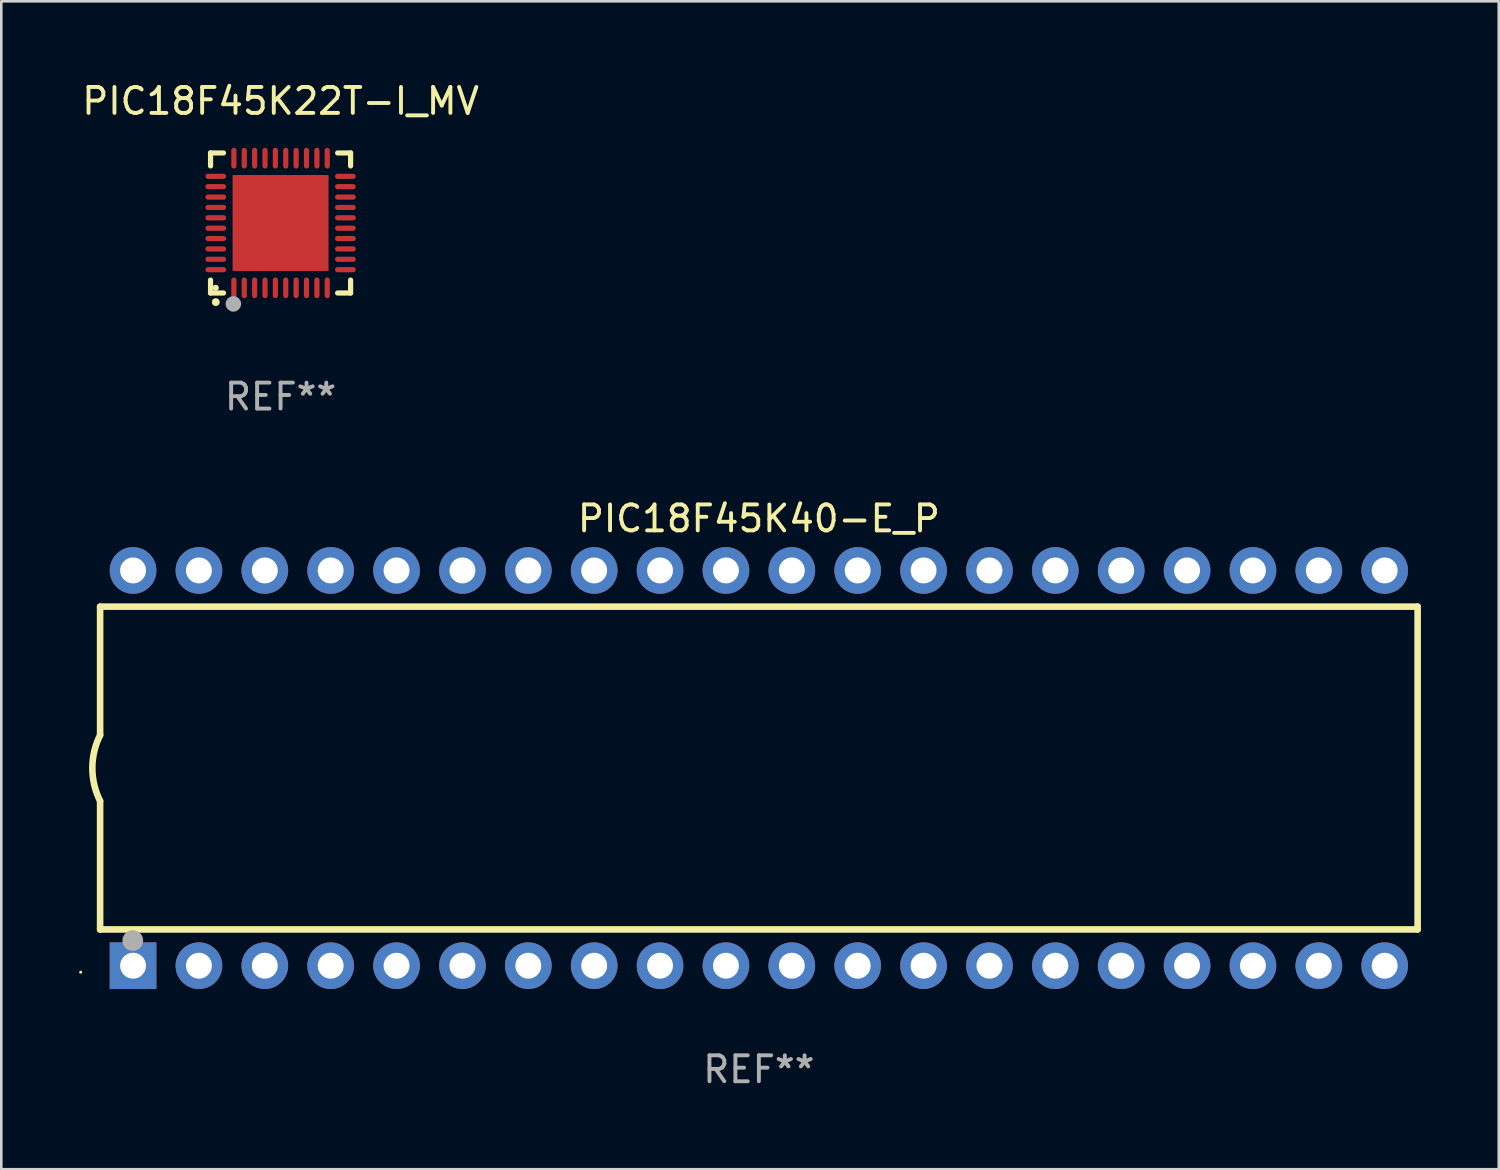
<source format=kicad_pcb>
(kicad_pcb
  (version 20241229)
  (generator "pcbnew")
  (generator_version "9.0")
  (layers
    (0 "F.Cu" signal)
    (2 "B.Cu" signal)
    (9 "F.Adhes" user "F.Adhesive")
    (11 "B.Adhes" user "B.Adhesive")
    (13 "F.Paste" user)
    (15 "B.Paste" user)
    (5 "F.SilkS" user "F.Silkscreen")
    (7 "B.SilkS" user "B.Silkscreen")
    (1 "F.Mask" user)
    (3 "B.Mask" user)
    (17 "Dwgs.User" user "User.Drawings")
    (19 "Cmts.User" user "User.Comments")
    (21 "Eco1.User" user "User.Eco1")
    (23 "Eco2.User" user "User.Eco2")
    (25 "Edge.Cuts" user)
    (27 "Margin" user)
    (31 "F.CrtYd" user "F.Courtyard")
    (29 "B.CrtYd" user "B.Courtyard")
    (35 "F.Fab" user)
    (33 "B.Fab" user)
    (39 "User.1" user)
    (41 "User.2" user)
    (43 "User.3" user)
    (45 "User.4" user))
  (footprint "PIC18F45K40-E_P"
    (layer "F.Cu")
    (at 26.21 26.565)
    (property "Reference" "PIC18F45K40-E_P" (at 0 -9.62 0) (layer "F.SilkS") (effects (font (size 1 1) (thickness 0.15))))
    (attr through_hole)
    (fp_line (start -25.4 -6.224) (end -25.4 -1.271) (stroke (width 0.254) (type solid)) (layer "F.SilkS"))
    (fp_line (start -25.4 -6.224) (end 25.4 -6.224) (stroke (width 0.254) (type solid)) (layer "F.SilkS"))
    (fp_line (start -25.4 1.269) (end -25.4 6.222) (stroke (width 0.254) (type solid)) (layer "F.SilkS"))
    (fp_line (start -25.4 6.222) (end 25.4 6.222) (stroke (width 0.254) (type solid)) (layer "F.SilkS"))
    (fp_line (start 25.4 6.222) (end 25.4 -6.224) (stroke (width 0.254) (type solid)) (layer "F.SilkS"))
    (fp_arc (start -25.4 1.269241) (mid -25.699807 -0.000762) (end -25.4 -1.270765) (stroke (width 0.254001) (type solid)) (layer "F.SilkS"))
    (fp_circle (center -26.15 7.87) (end -26.12 7.87) (stroke (width 0.06) (type solid)) (fill no) (layer "F.SilkS"))
    (fp_circle (center -24.14 6.65) (end -23.94 6.65) (stroke (width 0.4) (type solid)) (fill no) (layer "F.Fab"))
    (fp_text user "REF**" (at 0 11.62 0) (layer "F.Fab") (effects (font (size 1 1) (thickness 0.15))))
    (pad "1" thru_hole rect (at -24.13 7.62 90) (size 1.8 1.8) (drill 1) (layers "*.Cu" "*.Mask"))
    (pad "2" thru_hole circle (at -21.59 7.62) (size 1.8 1.8) (drill 1) (layers "*.Cu" "*.Mask"))
    (pad "3" thru_hole circle (at -19.05 7.62) (size 1.8 1.8) (drill 1) (layers "*.Cu" "*.Mask"))
    (pad "4" thru_hole circle (at -16.51 7.62) (size 1.8 1.8) (drill 1) (layers "*.Cu" "*.Mask"))
    (pad "5" thru_hole circle (at -13.97 7.62) (size 1.8 1.8) (drill 1) (layers "*.Cu" "*.Mask"))
    (pad "6" thru_hole circle (at -11.43 7.62) (size 1.8 1.8) (drill 1) (layers "*.Cu" "*.Mask"))
    (pad "7" thru_hole circle (at -8.89 7.62) (size 1.8 1.8) (drill 1) (layers "*.Cu" "*.Mask"))
    (pad "8" thru_hole circle (at -6.35 7.62) (size 1.8 1.8) (drill 1) (layers "*.Cu" "*.Mask"))
    (pad "9" thru_hole circle (at -3.81 7.62) (size 1.8 1.8) (drill 1) (layers "*.Cu" "*.Mask"))
    (pad "10" thru_hole circle (at -1.27 7.62) (size 1.8 1.8) (drill 1) (layers "*.Cu" "*.Mask"))
    (pad "11" thru_hole circle (at 1.27 7.62) (size 1.8 1.8) (drill 1) (layers "*.Cu" "*.Mask"))
    (pad "12" thru_hole circle (at 3.81 7.62) (size 1.8 1.8) (drill 1) (layers "*.Cu" "*.Mask"))
    (pad "13" thru_hole circle (at 6.35 7.62) (size 1.8 1.8) (drill 1) (layers "*.Cu" "*.Mask"))
    (pad "14" thru_hole circle (at 8.89 7.62) (size 1.8 1.8) (drill 1) (layers "*.Cu" "*.Mask"))
    (pad "15" thru_hole circle (at 11.43 7.62) (size 1.8 1.8) (drill 1) (layers "*.Cu" "*.Mask"))
    (pad "16" thru_hole circle (at 13.97 7.62) (size 1.8 1.8) (drill 1) (layers "*.Cu" "*.Mask"))
    (pad "17" thru_hole circle (at 16.51 7.62) (size 1.8 1.8) (drill 1) (layers "*.Cu" "*.Mask"))
    (pad "18" thru_hole circle (at 19.05 7.62) (size 1.8 1.8) (drill 1) (layers "*.Cu" "*.Mask"))
    (pad "19" thru_hole circle (at 21.59 7.62) (size 1.8 1.8) (drill 1) (layers "*.Cu" "*.Mask"))
    (pad "20" thru_hole circle (at 24.13 7.62) (size 1.8 1.8) (drill 1) (layers "*.Cu" "*.Mask"))
    (pad "21" thru_hole circle (at 24.13 -7.62) (size 1.8 1.8) (drill 1) (layers "*.Cu" "*.Mask"))
    (pad "22" thru_hole circle (at 21.59 -7.62) (size 1.8 1.8) (drill 1) (layers "*.Cu" "*.Mask"))
    (pad "23" thru_hole circle (at 19.05 -7.62) (size 1.8 1.8) (drill 1) (layers "*.Cu" "*.Mask"))
    (pad "24" thru_hole circle (at 16.51 -7.62) (size 1.8 1.8) (drill 1) (layers "*.Cu" "*.Mask"))
    (pad "25" thru_hole circle (at 13.97 -7.62) (size 1.8 1.8) (drill 1) (layers "*.Cu" "*.Mask"))
    (pad "26" thru_hole circle (at 11.43 -7.62) (size 1.8 1.8) (drill 1) (layers "*.Cu" "*.Mask"))
    (pad "27" thru_hole circle (at 8.89 -7.62) (size 1.8 1.8) (drill 1) (layers "*.Cu" "*.Mask"))
    (pad "28" thru_hole circle (at 6.35 -7.62) (size 1.8 1.8) (drill 1) (layers "*.Cu" "*.Mask"))
    (pad "29" thru_hole circle (at 3.81 -7.62) (size 1.8 1.8) (drill 1) (layers "*.Cu" "*.Mask"))
    (pad "30" thru_hole circle (at 1.27 -7.62) (size 1.8 1.8) (drill 1) (layers "*.Cu" "*.Mask"))
    (pad "31" thru_hole circle (at -1.27 -7.62) (size 1.8 1.8) (drill 1) (layers "*.Cu" "*.Mask"))
    (pad "32" thru_hole circle (at -3.81 -7.62) (size 1.8 1.8) (drill 1) (layers "*.Cu" "*.Mask"))
    (pad "33" thru_hole circle (at -6.35 -7.62) (size 1.8 1.8) (drill 1) (layers "*.Cu" "*.Mask"))
    (pad "34" thru_hole circle (at -8.89 -7.62) (size 1.8 1.8) (drill 1) (layers "*.Cu" "*.Mask"))
    (pad "35" thru_hole circle (at -11.43 -7.62) (size 1.8 1.8) (drill 1) (layers "*.Cu" "*.Mask"))
    (pad "36" thru_hole circle (at -13.97 -7.62) (size 1.8 1.8) (drill 1) (layers "*.Cu" "*.Mask"))
    (pad "37" thru_hole circle (at -16.51 -7.62) (size 1.8 1.8) (drill 1) (layers "*.Cu" "*.Mask"))
    (pad "38" thru_hole circle (at -19.05 -7.62) (size 1.8 1.8) (drill 1) (layers "*.Cu" "*.Mask"))
    (pad "39" thru_hole circle (at -21.59 -7.62) (size 1.8 1.8) (drill 1) (layers "*.Cu" "*.Mask"))
    (pad "40" thru_hole circle (at -24.13 -7.62) (size 1.8 1.8) (drill 1) (layers "*.Cu" "*.Mask")))
  (footprint "PIC18F45K22T-I_MV"
    (layer "F.Cu")
    (at 7.768 5.548)
    (property "Reference" "PIC18F45K22T-I_MV" (at 0 -4.7 0) (layer "F.SilkS") (effects (font (size 1 1) (thickness 0.15))))
    (attr through_hole)
    (fp_line (start -2.7 -2.7) (end -2.7 -2.2) (stroke (width 0.2) (type solid)) (layer "F.SilkS"))
    (fp_line (start -2.7 2.7) (end -2.7 2.2) (stroke (width 0.2) (type solid)) (layer "F.SilkS"))
    (fp_line (start -2.2 -2.7) (end -2.7 -2.7) (stroke (width 0.2) (type solid)) (layer "F.SilkS"))
    (fp_line (start -2.2 2.7) (end -2.7 2.7) (stroke (width 0.2) (type solid)) (layer "F.SilkS"))
    (fp_line (start 2.7 -2.7) (end 2.2 -2.7) (stroke (width 0.2) (type solid)) (layer "F.SilkS"))
    (fp_line (start 2.7 -2.2) (end 2.7 -2.7) (stroke (width 0.2) (type solid)) (layer "F.SilkS"))
    (fp_line (start 2.7 2.2) (end 2.7 2.7) (stroke (width 0.2) (type solid)) (layer "F.SilkS"))
    (fp_line (start 2.7 2.7) (end 2.2 2.7) (stroke (width 0.2) (type solid)) (layer "F.SilkS"))
    (fp_arc (start -2.499365 3.050546) (mid -2.498095 3.050541) (end -2.496825 3.050546) (stroke (width 0.3) (type solid)) (layer "F.SilkS"))
    (fp_circle (center -2.5 2.5) (end -2.44 2.5) (stroke (width 0.12) (type solid)) (fill no) (layer "F.SilkS"))
    (fp_circle (center -1.82 3.12) (end -1.67 3.12) (stroke (width 0.3) (type solid)) (fill no) (layer "F.Fab"))
    (fp_text user "REF**" (at 0 6.7 0) (layer "F.Fab") (effects (font (size 1 1) (thickness 0.15))))
    (pad "1" smd oval (at -1.8 2.499) (size 0.2 0.8) (layers "F.Cu" "F.Mask" "F.Paste"))
    (pad "2" smd oval (at -1.4 2.499) (size 0.2 0.8) (layers "F.Cu" "F.Mask" "F.Paste"))
    (pad "3" smd oval (at -1 2.499) (size 0.2 0.8) (layers "F.Cu" "F.Mask" "F.Paste"))
    (pad "4" smd oval (at -0.6 2.499) (size 0.2 0.8) (layers "F.Cu" "F.Mask" "F.Paste"))
    (pad "5" smd oval (at -0.2 2.499) (size 0.2 0.8) (layers "F.Cu" "F.Mask" "F.Paste"))
    (pad "6" smd oval (at 0.2 2.499) (size 0.2 0.8) (layers "F.Cu" "F.Mask" "F.Paste"))
    (pad "7" smd oval (at 0.6 2.499) (size 0.2 0.8) (layers "F.Cu" "F.Mask" "F.Paste"))
    (pad "8" smd oval (at 1 2.499) (size 0.2 0.8) (layers "F.Cu" "F.Mask" "F.Paste"))
    (pad "9" smd oval (at 1.4 2.499) (size 0.2 0.8) (layers "F.Cu" "F.Mask" "F.Paste"))
    (pad "10" smd oval (at 1.8 2.499) (size 0.2 0.8) (layers "F.Cu" "F.Mask" "F.Paste"))
    (pad "11" smd oval (at 2.499 1.8) (size 0.8 0.2) (layers "F.Cu" "F.Mask" "F.Paste"))
    (pad "12" smd oval (at 2.499 1.4) (size 0.8 0.2) (layers "F.Cu" "F.Mask" "F.Paste"))
    (pad "13" smd oval (at 2.499 1) (size 0.8 0.2) (layers "F.Cu" "F.Mask" "F.Paste"))
    (pad "14" smd oval (at 2.499 0.6) (size 0.8 0.2) (layers "F.Cu" "F.Mask" "F.Paste"))
    (pad "15" smd oval (at 2.499 0.2) (size 0.8 0.2) (layers "F.Cu" "F.Mask" "F.Paste"))
    (pad "16" smd oval (at 2.499 -0.2) (size 0.8 0.2) (layers "F.Cu" "F.Mask" "F.Paste"))
    (pad "17" smd oval (at 2.499 -0.6) (size 0.8 0.2) (layers "F.Cu" "F.Mask" "F.Paste"))
    (pad "18" smd oval (at 2.499 -1) (size 0.8 0.2) (layers "F.Cu" "F.Mask" "F.Paste"))
    (pad "19" smd oval (at 2.499 -1.4) (size 0.8 0.2) (layers "F.Cu" "F.Mask" "F.Paste"))
    (pad "20" smd oval (at 2.499 -1.8) (size 0.8 0.2) (layers "F.Cu" "F.Mask" "F.Paste"))
    (pad "21" smd oval (at 1.8 -2.499) (size 0.2 0.8) (layers "F.Cu" "F.Mask" "F.Paste"))
    (pad "22" smd oval (at 1.4 -2.499) (size 0.2 0.8) (layers "F.Cu" "F.Mask" "F.Paste"))
    (pad "23" smd oval (at 1 -2.499) (size 0.2 0.8) (layers "F.Cu" "F.Mask" "F.Paste"))
    (pad "24" smd oval (at 0.6 -2.499) (size 0.2 0.8) (layers "F.Cu" "F.Mask" "F.Paste"))
    (pad "25" smd oval (at 0.2 -2.499) (size 0.2 0.8) (layers "F.Cu" "F.Mask" "F.Paste"))
    (pad "26" smd oval (at -0.2 -2.499) (size 0.2 0.8) (layers "F.Cu" "F.Mask" "F.Paste"))
    (pad "27" smd oval (at -0.6 -2.499) (size 0.2 0.8) (layers "F.Cu" "F.Mask" "F.Paste"))
    (pad "28" smd oval (at -1 -2.499) (size 0.2 0.8) (layers "F.Cu" "F.Mask" "F.Paste"))
    (pad "29" smd oval (at -1.4 -2.499) (size 0.2 0.8) (layers "F.Cu" "F.Mask" "F.Paste"))
    (pad "30" smd oval (at -1.8 -2.499) (size 0.2 0.8) (layers "F.Cu" "F.Mask" "F.Paste"))
    (pad "31" smd oval (at -2.499 -1.8) (size 0.8 0.2) (layers "F.Cu" "F.Mask" "F.Paste"))
    (pad "32" smd oval (at -2.499 -1.4) (size 0.8 0.2) (layers "F.Cu" "F.Mask" "F.Paste"))
    (pad "33" smd oval (at -2.499 -1) (size 0.8 0.2) (layers "F.Cu" "F.Mask" "F.Paste"))
    (pad "34" smd oval (at -2.499 -0.6) (size 0.8 0.2) (layers "F.Cu" "F.Mask" "F.Paste"))
    (pad "35" smd oval (at -2.499 -0.2) (size 0.8 0.2) (layers "F.Cu" "F.Mask" "F.Paste"))
    (pad "36" smd oval (at -2.499 0.2) (size 0.8 0.2) (layers "F.Cu" "F.Mask" "F.Paste"))
    (pad "37" smd oval (at -2.499 0.6) (size 0.8 0.2) (layers "F.Cu" "F.Mask" "F.Paste"))
    (pad "38" smd oval (at -2.499 1) (size 0.8 0.2) (layers "F.Cu" "F.Mask" "F.Paste"))
    (pad "39" smd oval (at -2.499 1.4) (size 0.8 0.2) (layers "F.Cu" "F.Mask" "F.Paste"))
    (pad "40" smd oval (at -2.499 1.8) (size 0.8 0.2) (layers "F.Cu" "F.Mask" "F.Paste"))
    (pad "41" smd rect (at 0 0) (size 3.7 3.7) (layers "F.Cu" "F.Mask" "F.Paste")))
  (gr_rect
    (start -3 -3)
    (end 54.737 42.033)
    (stroke (width 0.1) (type default))
    (fill no)
    (layer "Edge.Cuts")))
</source>
